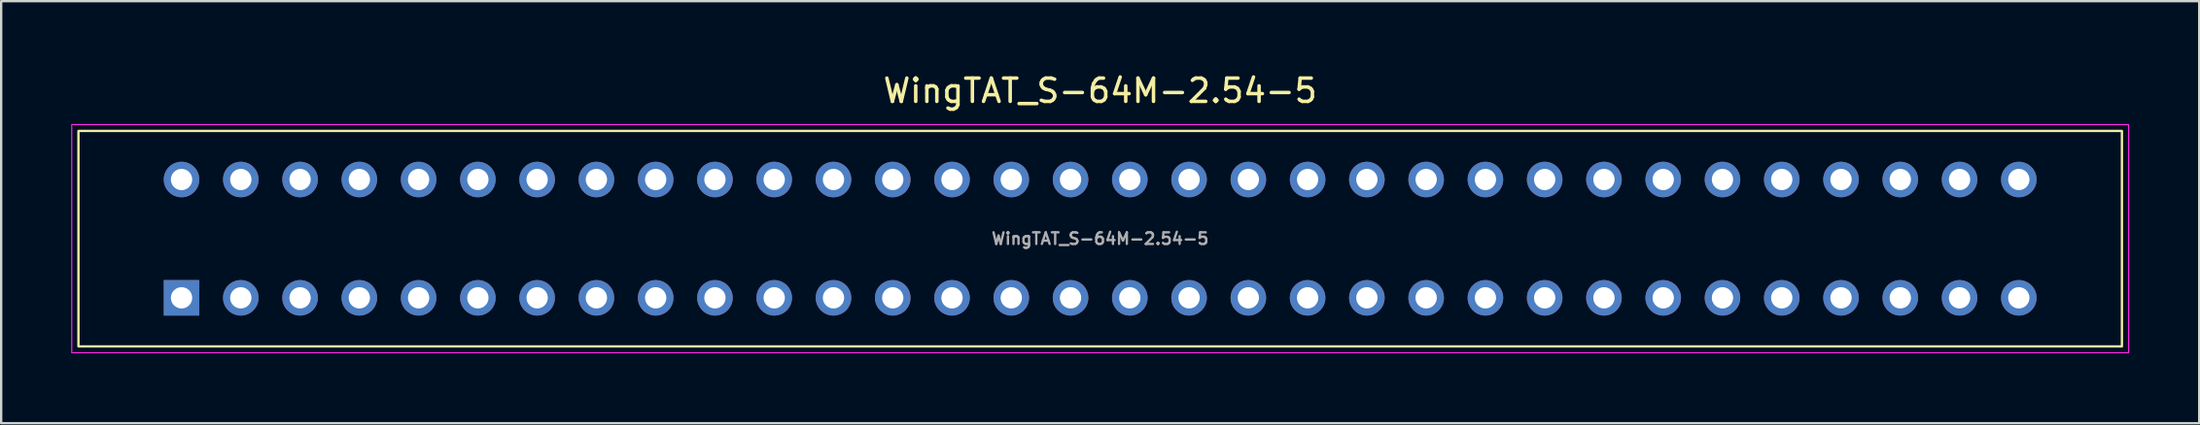
<source format=kicad_pcb>
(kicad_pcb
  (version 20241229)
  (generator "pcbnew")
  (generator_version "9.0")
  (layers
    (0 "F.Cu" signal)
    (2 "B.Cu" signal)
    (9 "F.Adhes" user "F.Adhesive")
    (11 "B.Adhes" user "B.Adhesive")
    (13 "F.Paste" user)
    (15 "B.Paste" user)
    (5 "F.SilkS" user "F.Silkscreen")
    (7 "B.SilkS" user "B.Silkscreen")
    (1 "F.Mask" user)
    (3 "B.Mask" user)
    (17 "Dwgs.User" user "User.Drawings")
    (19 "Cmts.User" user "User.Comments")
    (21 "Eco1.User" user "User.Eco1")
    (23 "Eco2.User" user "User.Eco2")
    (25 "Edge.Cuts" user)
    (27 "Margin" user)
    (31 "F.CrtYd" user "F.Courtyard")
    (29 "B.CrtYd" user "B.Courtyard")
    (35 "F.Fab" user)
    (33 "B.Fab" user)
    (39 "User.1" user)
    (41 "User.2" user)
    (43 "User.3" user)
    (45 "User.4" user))
  (footprint "WingTAT_S-64M-2.54-5"
    (layer "F.Cu")
    (at 44.1 7.198)
    (property "Reference" "WingTAT_S-64M-2.54-5" (at 0 -6.35 0) (layer "F.SilkS") (effects (font (size 1 1) (thickness 0.15))))
    (fp_rect (start -43.788 -4.625) (end 43.788 4.625) (stroke (width 0.1) (type solid)) (fill no) (layer "F.SilkS"))
    (fp_rect (start -44.075 -4.899) (end 44.075 4.899) (stroke (width 0.05) (type default)) (fill no) (layer "F.CrtYd"))
    (fp_poly (pts (xy -39.67 -2.74) (xy -39.07 -2.74) (xy -39.07 -2.34) (xy -39.67 -2.34)) (stroke (width 0.1) (type default)) (fill no) (layer "User.1"))
    (fp_poly (pts (xy -39.67 2.34) (xy -39.07 2.34) (xy -39.07 2.74) (xy -39.67 2.74)) (stroke (width 0.1) (type default)) (fill no) (layer "User.1"))
    (fp_poly (pts (xy -37.13 -2.74) (xy -36.53 -2.74) (xy -36.53 -2.34) (xy -37.13 -2.34)) (stroke (width 0.1) (type default)) (fill no) (layer "User.1"))
    (fp_poly (pts (xy -37.13 2.34) (xy -36.53 2.34) (xy -36.53 2.74) (xy -37.13 2.74)) (stroke (width 0.1) (type default)) (fill no) (layer "User.1"))
    (fp_poly (pts (xy -34.59 -2.74) (xy -33.99 -2.74) (xy -33.99 -2.34) (xy -34.59 -2.34)) (stroke (width 0.1) (type default)) (fill no) (layer "User.1"))
    (fp_poly (pts (xy -34.59 2.34) (xy -33.99 2.34) (xy -33.99 2.74) (xy -34.59 2.74)) (stroke (width 0.1) (type default)) (fill no) (layer "User.1"))
    (fp_poly (pts (xy -32.05 -2.74) (xy -31.45 -2.74) (xy -31.45 -2.34) (xy -32.05 -2.34)) (stroke (width 0.1) (type default)) (fill no) (layer "User.1"))
    (fp_poly (pts (xy -32.05 2.34) (xy -31.45 2.34) (xy -31.45 2.74) (xy -32.05 2.74)) (stroke (width 0.1) (type default)) (fill no) (layer "User.1"))
    (fp_poly (pts (xy -29.51 -2.74) (xy -28.91 -2.74) (xy -28.91 -2.34) (xy -29.51 -2.34)) (stroke (width 0.1) (type default)) (fill no) (layer "User.1"))
    (fp_poly (pts (xy -29.51 2.34) (xy -28.91 2.34) (xy -28.91 2.74) (xy -29.51 2.74)) (stroke (width 0.1) (type default)) (fill no) (layer "User.1"))
    (fp_poly (pts (xy -26.97 -2.74) (xy -26.37 -2.74) (xy -26.37 -2.34) (xy -26.97 -2.34)) (stroke (width 0.1) (type default)) (fill no) (layer "User.1"))
    (fp_poly (pts (xy -26.97 2.34) (xy -26.37 2.34) (xy -26.37 2.74) (xy -26.97 2.74)) (stroke (width 0.1) (type default)) (fill no) (layer "User.1"))
    (fp_poly (pts (xy -24.43 -2.74) (xy -23.83 -2.74) (xy -23.83 -2.34) (xy -24.43 -2.34)) (stroke (width 0.1) (type default)) (fill no) (layer "User.1"))
    (fp_poly (pts (xy -24.43 2.34) (xy -23.83 2.34) (xy -23.83 2.74) (xy -24.43 2.74)) (stroke (width 0.1) (type default)) (fill no) (layer "User.1"))
    (fp_poly (pts (xy -21.89 -2.74) (xy -21.29 -2.74) (xy -21.29 -2.34) (xy -21.89 -2.34)) (stroke (width 0.1) (type default)) (fill no) (layer "User.1"))
    (fp_poly (pts (xy -21.89 2.34) (xy -21.29 2.34) (xy -21.29 2.74) (xy -21.89 2.74)) (stroke (width 0.1) (type default)) (fill no) (layer "User.1"))
    (fp_poly (pts (xy -19.35 -2.74) (xy -18.75 -2.74) (xy -18.75 -2.34) (xy -19.35 -2.34)) (stroke (width 0.1) (type default)) (fill no) (layer "User.1"))
    (fp_poly (pts (xy -19.35 2.34) (xy -18.75 2.34) (xy -18.75 2.74) (xy -19.35 2.74)) (stroke (width 0.1) (type default)) (fill no) (layer "User.1"))
    (fp_poly (pts (xy -16.81 -2.74) (xy -16.21 -2.74) (xy -16.21 -2.34) (xy -16.81 -2.34)) (stroke (width 0.1) (type default)) (fill no) (layer "User.1"))
    (fp_poly (pts (xy -16.81 2.34) (xy -16.21 2.34) (xy -16.21 2.74) (xy -16.81 2.74)) (stroke (width 0.1) (type default)) (fill no) (layer "User.1"))
    (fp_poly (pts (xy -14.27 -2.74) (xy -13.67 -2.74) (xy -13.67 -2.34) (xy -14.27 -2.34)) (stroke (width 0.1) (type default)) (fill no) (layer "User.1"))
    (fp_poly (pts (xy -14.27 2.34) (xy -13.67 2.34) (xy -13.67 2.74) (xy -14.27 2.74)) (stroke (width 0.1) (type default)) (fill no) (layer "User.1"))
    (fp_poly (pts (xy -11.73 -2.74) (xy -11.13 -2.74) (xy -11.13 -2.34) (xy -11.73 -2.34)) (stroke (width 0.1) (type default)) (fill no) (layer "User.1"))
    (fp_poly (pts (xy -11.73 2.34) (xy -11.13 2.34) (xy -11.13 2.74) (xy -11.73 2.74)) (stroke (width 0.1) (type default)) (fill no) (layer "User.1"))
    (fp_poly (pts (xy -9.19 -2.74) (xy -8.59 -2.74) (xy -8.59 -2.34) (xy -9.19 -2.34)) (stroke (width 0.1) (type default)) (fill no) (layer "User.1"))
    (fp_poly (pts (xy -9.19 2.34) (xy -8.59 2.34) (xy -8.59 2.74) (xy -9.19 2.74)) (stroke (width 0.1) (type default)) (fill no) (layer "User.1"))
    (fp_poly (pts (xy -6.65 -2.74) (xy -6.05 -2.74) (xy -6.05 -2.34) (xy -6.65 -2.34)) (stroke (width 0.1) (type default)) (fill no) (layer "User.1"))
    (fp_poly (pts (xy -6.65 2.34) (xy -6.05 2.34) (xy -6.05 2.74) (xy -6.65 2.74)) (stroke (width 0.1) (type default)) (fill no) (layer "User.1"))
    (fp_poly (pts (xy -4.11 -2.74) (xy -3.51 -2.74) (xy -3.51 -2.34) (xy -4.11 -2.34)) (stroke (width 0.1) (type default)) (fill no) (layer "User.1"))
    (fp_poly (pts (xy -4.11 2.34) (xy -3.51 2.34) (xy -3.51 2.74) (xy -4.11 2.74)) (stroke (width 0.1) (type default)) (fill no) (layer "User.1"))
    (fp_poly (pts (xy -1.57 -2.74) (xy -0.97 -2.74) (xy -0.97 -2.34) (xy -1.57 -2.34)) (stroke (width 0.1) (type default)) (fill no) (layer "User.1"))
    (fp_poly (pts (xy -1.57 2.34) (xy -0.97 2.34) (xy -0.97 2.74) (xy -1.57 2.74)) (stroke (width 0.1) (type default)) (fill no) (layer "User.1"))
    (fp_poly (pts (xy 0.97 -2.74) (xy 1.57 -2.74) (xy 1.57 -2.34) (xy 0.97 -2.34)) (stroke (width 0.1) (type default)) (fill no) (layer "User.1"))
    (fp_poly (pts (xy 0.97 2.34) (xy 1.57 2.34) (xy 1.57 2.74) (xy 0.97 2.74)) (stroke (width 0.1) (type default)) (fill no) (layer "User.1"))
    (fp_poly (pts (xy 3.51 -2.74) (xy 4.11 -2.74) (xy 4.11 -2.34) (xy 3.51 -2.34)) (stroke (width 0.1) (type default)) (fill no) (layer "User.1"))
    (fp_poly (pts (xy 3.51 2.34) (xy 4.11 2.34) (xy 4.11 2.74) (xy 3.51 2.74)) (stroke (width 0.1) (type default)) (fill no) (layer "User.1"))
    (fp_poly (pts (xy 6.05 -2.74) (xy 6.65 -2.74) (xy 6.65 -2.34) (xy 6.05 -2.34)) (stroke (width 0.1) (type default)) (fill no) (layer "User.1"))
    (fp_poly (pts (xy 6.05 2.34) (xy 6.65 2.34) (xy 6.65 2.74) (xy 6.05 2.74)) (stroke (width 0.1) (type default)) (fill no) (layer "User.1"))
    (fp_poly (pts (xy 8.59 -2.74) (xy 9.19 -2.74) (xy 9.19 -2.34) (xy 8.59 -2.34)) (stroke (width 0.1) (type default)) (fill no) (layer "User.1"))
    (fp_poly (pts (xy 8.59 2.34) (xy 9.19 2.34) (xy 9.19 2.74) (xy 8.59 2.74)) (stroke (width 0.1) (type default)) (fill no) (layer "User.1"))
    (fp_poly (pts (xy 11.13 -2.74) (xy 11.73 -2.74) (xy 11.73 -2.34) (xy 11.13 -2.34)) (stroke (width 0.1) (type default)) (fill no) (layer "User.1"))
    (fp_poly (pts (xy 11.13 2.34) (xy 11.73 2.34) (xy 11.73 2.74) (xy 11.13 2.74)) (stroke (width 0.1) (type default)) (fill no) (layer "User.1"))
    (fp_poly (pts (xy 13.67 -2.74) (xy 14.27 -2.74) (xy 14.27 -2.34) (xy 13.67 -2.34)) (stroke (width 0.1) (type default)) (fill no) (layer "User.1"))
    (fp_poly (pts (xy 13.67 2.34) (xy 14.27 2.34) (xy 14.27 2.74) (xy 13.67 2.74)) (stroke (width 0.1) (type default)) (fill no) (layer "User.1"))
    (fp_poly (pts (xy 16.21 -2.74) (xy 16.81 -2.74) (xy 16.81 -2.34) (xy 16.21 -2.34)) (stroke (width 0.1) (type default)) (fill no) (layer "User.1"))
    (fp_poly (pts (xy 16.21 2.34) (xy 16.81 2.34) (xy 16.81 2.74) (xy 16.21 2.74)) (stroke (width 0.1) (type default)) (fill no) (layer "User.1"))
    (fp_poly (pts (xy 18.75 -2.74) (xy 19.35 -2.74) (xy 19.35 -2.34) (xy 18.75 -2.34)) (stroke (width 0.1) (type default)) (fill no) (layer "User.1"))
    (fp_poly (pts (xy 18.75 2.34) (xy 19.35 2.34) (xy 19.35 2.74) (xy 18.75 2.74)) (stroke (width 0.1) (type default)) (fill no) (layer "User.1"))
    (fp_poly (pts (xy 21.29 -2.74) (xy 21.89 -2.74) (xy 21.89 -2.34) (xy 21.29 -2.34)) (stroke (width 0.1) (type default)) (fill no) (layer "User.1"))
    (fp_poly (pts (xy 21.29 2.34) (xy 21.89 2.34) (xy 21.89 2.74) (xy 21.29 2.74)) (stroke (width 0.1) (type default)) (fill no) (layer "User.1"))
    (fp_poly (pts (xy 23.83 -2.74) (xy 24.43 -2.74) (xy 24.43 -2.34) (xy 23.83 -2.34)) (stroke (width 0.1) (type default)) (fill no) (layer "User.1"))
    (fp_poly (pts (xy 23.83 2.34) (xy 24.43 2.34) (xy 24.43 2.74) (xy 23.83 2.74)) (stroke (width 0.1) (type default)) (fill no) (layer "User.1"))
    (fp_poly (pts (xy 26.37 -2.74) (xy 26.97 -2.74) (xy 26.97 -2.34) (xy 26.37 -2.34)) (stroke (width 0.1) (type default)) (fill no) (layer "User.1"))
    (fp_poly (pts (xy 26.37 2.34) (xy 26.97 2.34) (xy 26.97 2.74) (xy 26.37 2.74)) (stroke (width 0.1) (type default)) (fill no) (layer "User.1"))
    (fp_poly (pts (xy 28.91 -2.74) (xy 29.51 -2.74) (xy 29.51 -2.34) (xy 28.91 -2.34)) (stroke (width 0.1) (type default)) (fill no) (layer "User.1"))
    (fp_poly (pts (xy 28.91 2.34) (xy 29.51 2.34) (xy 29.51 2.74) (xy 28.91 2.74)) (stroke (width 0.1) (type default)) (fill no) (layer "User.1"))
    (fp_poly (pts (xy 31.45 -2.74) (xy 32.05 -2.74) (xy 32.05 -2.34) (xy 31.45 -2.34)) (stroke (width 0.1) (type default)) (fill no) (layer "User.1"))
    (fp_poly (pts (xy 31.45 2.34) (xy 32.05 2.34) (xy 32.05 2.74) (xy 31.45 2.74)) (stroke (width 0.1) (type default)) (fill no) (layer "User.1"))
    (fp_poly (pts (xy 33.99 -2.74) (xy 34.59 -2.74) (xy 34.59 -2.34) (xy 33.99 -2.34)) (stroke (width 0.1) (type default)) (fill no) (layer "User.1"))
    (fp_poly (pts (xy 33.99 2.34) (xy 34.59 2.34) (xy 34.59 2.74) (xy 33.99 2.74)) (stroke (width 0.1) (type default)) (fill no) (layer "User.1"))
    (fp_poly (pts (xy 36.53 -2.74) (xy 37.13 -2.74) (xy 37.13 -2.34) (xy 36.53 -2.34)) (stroke (width 0.1) (type default)) (fill no) (layer "User.1"))
    (fp_poly (pts (xy 36.53 2.34) (xy 37.13 2.34) (xy 37.13 2.74) (xy 36.53 2.74)) (stroke (width 0.1) (type default)) (fill no) (layer "User.1"))
    (fp_poly (pts (xy 39.07 -2.74) (xy 39.67 -2.74) (xy 39.67 -2.34) (xy 39.07 -2.34)) (stroke (width 0.1) (type default)) (fill no) (layer "User.1"))
    (fp_poly (pts (xy 39.07 2.34) (xy 39.67 2.34) (xy 39.67 2.74) (xy 39.07 2.74)) (stroke (width 0.1) (type default)) (fill no) (layer "User.1"))
    (fp_text user "${REFERENCE}" (at 0 0 0) (layer "F.Fab") (effects (font (size 0.5 0.5) (thickness 0.1))))
    (pad "1" thru_hole rect (at -39.37 2.54) (size 1.524 1.524) (drill 0.914) (layers "*.Cu" "*.Mask"))
    (pad "2" thru_hole circle (at -36.83 2.54) (size 1.524 1.524) (drill 0.914) (layers "*.Cu" "*.Mask"))
    (pad "3" thru_hole circle (at -34.29 2.54) (size 1.524 1.524) (drill 0.914) (layers "*.Cu" "*.Mask"))
    (pad "4" thru_hole circle (at -31.75 2.54) (size 1.524 1.524) (drill 0.914) (layers "*.Cu" "*.Mask"))
    (pad "5" thru_hole circle (at -29.21 2.54) (size 1.524 1.524) (drill 0.914) (layers "*.Cu" "*.Mask"))
    (pad "6" thru_hole circle (at -26.67 2.54) (size 1.524 1.524) (drill 0.914) (layers "*.Cu" "*.Mask"))
    (pad "7" thru_hole circle (at -24.13 2.54) (size 1.524 1.524) (drill 0.914) (layers "*.Cu" "*.Mask"))
    (pad "8" thru_hole circle (at -21.59 2.54) (size 1.524 1.524) (drill 0.914) (layers "*.Cu" "*.Mask"))
    (pad "9" thru_hole circle (at -19.05 2.54) (size 1.524 1.524) (drill 0.914) (layers "*.Cu" "*.Mask"))
    (pad "10" thru_hole circle (at -16.51 2.54) (size 1.524 1.524) (drill 0.914) (layers "*.Cu" "*.Mask"))
    (pad "11" thru_hole circle (at -13.97 2.54) (size 1.524 1.524) (drill 0.914) (layers "*.Cu" "*.Mask"))
    (pad "12" thru_hole circle (at -11.43 2.54) (size 1.524 1.524) (drill 0.914) (layers "*.Cu" "*.Mask"))
    (pad "13" thru_hole circle (at -8.89 2.54) (size 1.524 1.524) (drill 0.914) (layers "*.Cu" "*.Mask"))
    (pad "14" thru_hole circle (at -6.35 2.54) (size 1.524 1.524) (drill 0.914) (layers "*.Cu" "*.Mask"))
    (pad "15" thru_hole circle (at -3.81 2.54) (size 1.524 1.524) (drill 0.914) (layers "*.Cu" "*.Mask"))
    (pad "16" thru_hole circle (at -1.27 2.54) (size 1.524 1.524) (drill 0.914) (layers "*.Cu" "*.Mask"))
    (pad "17" thru_hole circle (at 1.27 2.54) (size 1.524 1.524) (drill 0.914) (layers "*.Cu" "*.Mask"))
    (pad "18" thru_hole circle (at 3.81 2.54) (size 1.524 1.524) (drill 0.914) (layers "*.Cu" "*.Mask"))
    (pad "19" thru_hole circle (at 6.35 2.54) (size 1.524 1.524) (drill 0.914) (layers "*.Cu" "*.Mask"))
    (pad "20" thru_hole circle (at 8.89 2.54) (size 1.524 1.524) (drill 0.914) (layers "*.Cu" "*.Mask"))
    (pad "21" thru_hole circle (at 11.43 2.54) (size 1.524 1.524) (drill 0.914) (layers "*.Cu" "*.Mask"))
    (pad "22" thru_hole circle (at 13.97 2.54) (size 1.524 1.524) (drill 0.914) (layers "*.Cu" "*.Mask"))
    (pad "23" thru_hole circle (at 16.51 2.54) (size 1.524 1.524) (drill 0.914) (layers "*.Cu" "*.Mask"))
    (pad "24" thru_hole circle (at 19.05 2.54) (size 1.524 1.524) (drill 0.914) (layers "*.Cu" "*.Mask"))
    (pad "25" thru_hole circle (at 21.59 2.54) (size 1.524 1.524) (drill 0.914) (layers "*.Cu" "*.Mask"))
    (pad "26" thru_hole circle (at 24.13 2.54) (size 1.524 1.524) (drill 0.914) (layers "*.Cu" "*.Mask"))
    (pad "27" thru_hole circle (at 26.67 2.54) (size 1.524 1.524) (drill 0.914) (layers "*.Cu" "*.Mask"))
    (pad "28" thru_hole circle (at 29.21 2.54) (size 1.524 1.524) (drill 0.914) (layers "*.Cu" "*.Mask"))
    (pad "29" thru_hole circle (at 31.75 2.54) (size 1.524 1.524) (drill 0.914) (layers "*.Cu" "*.Mask"))
    (pad "30" thru_hole circle (at 34.29 2.54) (size 1.524 1.524) (drill 0.914) (layers "*.Cu" "*.Mask"))
    (pad "31" thru_hole circle (at 36.83 2.54) (size 1.524 1.524) (drill 0.914) (layers "*.Cu" "*.Mask"))
    (pad "32" thru_hole circle (at 39.37 2.54) (size 1.524 1.524) (drill 0.914) (layers "*.Cu" "*.Mask"))
    (pad "33" thru_hole circle (at 39.37 -2.54) (size 1.524 1.524) (drill 0.914) (layers "*.Cu" "*.Mask"))
    (pad "34" thru_hole circle (at 36.83 -2.54) (size 1.524 1.524) (drill 0.914) (layers "*.Cu" "*.Mask"))
    (pad "35" thru_hole circle (at 34.29 -2.54) (size 1.524 1.524) (drill 0.914) (layers "*.Cu" "*.Mask"))
    (pad "36" thru_hole circle (at 31.75 -2.54) (size 1.524 1.524) (drill 0.914) (layers "*.Cu" "*.Mask"))
    (pad "37" thru_hole circle (at 29.21 -2.54) (size 1.524 1.524) (drill 0.914) (layers "*.Cu" "*.Mask"))
    (pad "38" thru_hole circle (at 26.67 -2.54) (size 1.524 1.524) (drill 0.914) (layers "*.Cu" "*.Mask"))
    (pad "39" thru_hole circle (at 24.13 -2.54) (size 1.524 1.524) (drill 0.914) (layers "*.Cu" "*.Mask"))
    (pad "40" thru_hole circle (at 21.59 -2.54) (size 1.524 1.524) (drill 0.914) (layers "*.Cu" "*.Mask"))
    (pad "41" thru_hole circle (at 19.05 -2.54) (size 1.524 1.524) (drill 0.914) (layers "*.Cu" "*.Mask"))
    (pad "42" thru_hole circle (at 16.51 -2.54) (size 1.524 1.524) (drill 0.914) (layers "*.Cu" "*.Mask"))
    (pad "43" thru_hole circle (at 13.97 -2.54) (size 1.524 1.524) (drill 0.914) (layers "*.Cu" "*.Mask"))
    (pad "44" thru_hole circle (at 11.43 -2.54) (size 1.524 1.524) (drill 0.914) (layers "*.Cu" "*.Mask"))
    (pad "45" thru_hole circle (at 8.89 -2.54) (size 1.524 1.524) (drill 0.914) (layers "*.Cu" "*.Mask"))
    (pad "46" thru_hole circle (at 6.35 -2.54) (size 1.524 1.524) (drill 0.914) (layers "*.Cu" "*.Mask"))
    (pad "47" thru_hole circle (at 3.81 -2.54) (size 1.524 1.524) (drill 0.914) (layers "*.Cu" "*.Mask"))
    (pad "48" thru_hole circle (at 1.27 -2.54) (size 1.524 1.524) (drill 0.914) (layers "*.Cu" "*.Mask"))
    (pad "49" thru_hole circle (at -1.27 -2.54) (size 1.524 1.524) (drill 0.914) (layers "*.Cu" "*.Mask"))
    (pad "50" thru_hole circle (at -3.81 -2.54) (size 1.524 1.524) (drill 0.914) (layers "*.Cu" "*.Mask"))
    (pad "51" thru_hole circle (at -6.35 -2.54) (size 1.524 1.524) (drill 0.914) (layers "*.Cu" "*.Mask"))
    (pad "52" thru_hole circle (at -8.89 -2.54) (size 1.524 1.524) (drill 0.914) (layers "*.Cu" "*.Mask"))
    (pad "53" thru_hole circle (at -11.43 -2.54) (size 1.524 1.524) (drill 0.914) (layers "*.Cu" "*.Mask"))
    (pad "54" thru_hole circle (at -13.97 -2.54) (size 1.524 1.524) (drill 0.914) (layers "*.Cu" "*.Mask"))
    (pad "55" thru_hole circle (at -16.51 -2.54) (size 1.524 1.524) (drill 0.914) (layers "*.Cu" "*.Mask"))
    (pad "56" thru_hole circle (at -19.05 -2.54) (size 1.524 1.524) (drill 0.914) (layers "*.Cu" "*.Mask"))
    (pad "57" thru_hole circle (at -21.59 -2.54) (size 1.524 1.524) (drill 0.914) (layers "*.Cu" "*.Mask"))
    (pad "58" thru_hole circle (at -24.13 -2.54) (size 1.524 1.524) (drill 0.914) (layers "*.Cu" "*.Mask"))
    (pad "59" thru_hole circle (at -26.67 -2.54) (size 1.524 1.524) (drill 0.914) (layers "*.Cu" "*.Mask"))
    (pad "60" thru_hole circle (at -29.21 -2.54) (size 1.524 1.524) (drill 0.914) (layers "*.Cu" "*.Mask"))
    (pad "61" thru_hole circle (at -31.75 -2.54) (size 1.524 1.524) (drill 0.914) (layers "*.Cu" "*.Mask"))
    (pad "62" thru_hole circle (at -34.29 -2.54) (size 1.524 1.524) (drill 0.914) (layers "*.Cu" "*.Mask"))
    (pad "63" thru_hole circle (at -36.83 -2.54) (size 1.524 1.524) (drill 0.914) (layers "*.Cu" "*.Mask"))
    (pad "64" thru_hole circle (at -39.37 -2.54) (size 1.524 1.524) (drill 0.914) (layers "*.Cu" "*.Mask")))
  (gr_rect
    (start -3 -3)
    (end 91.201 15.122)
    (stroke (width 0.1) (type default))
    (fill no)
    (layer "Edge.Cuts")))
</source>
